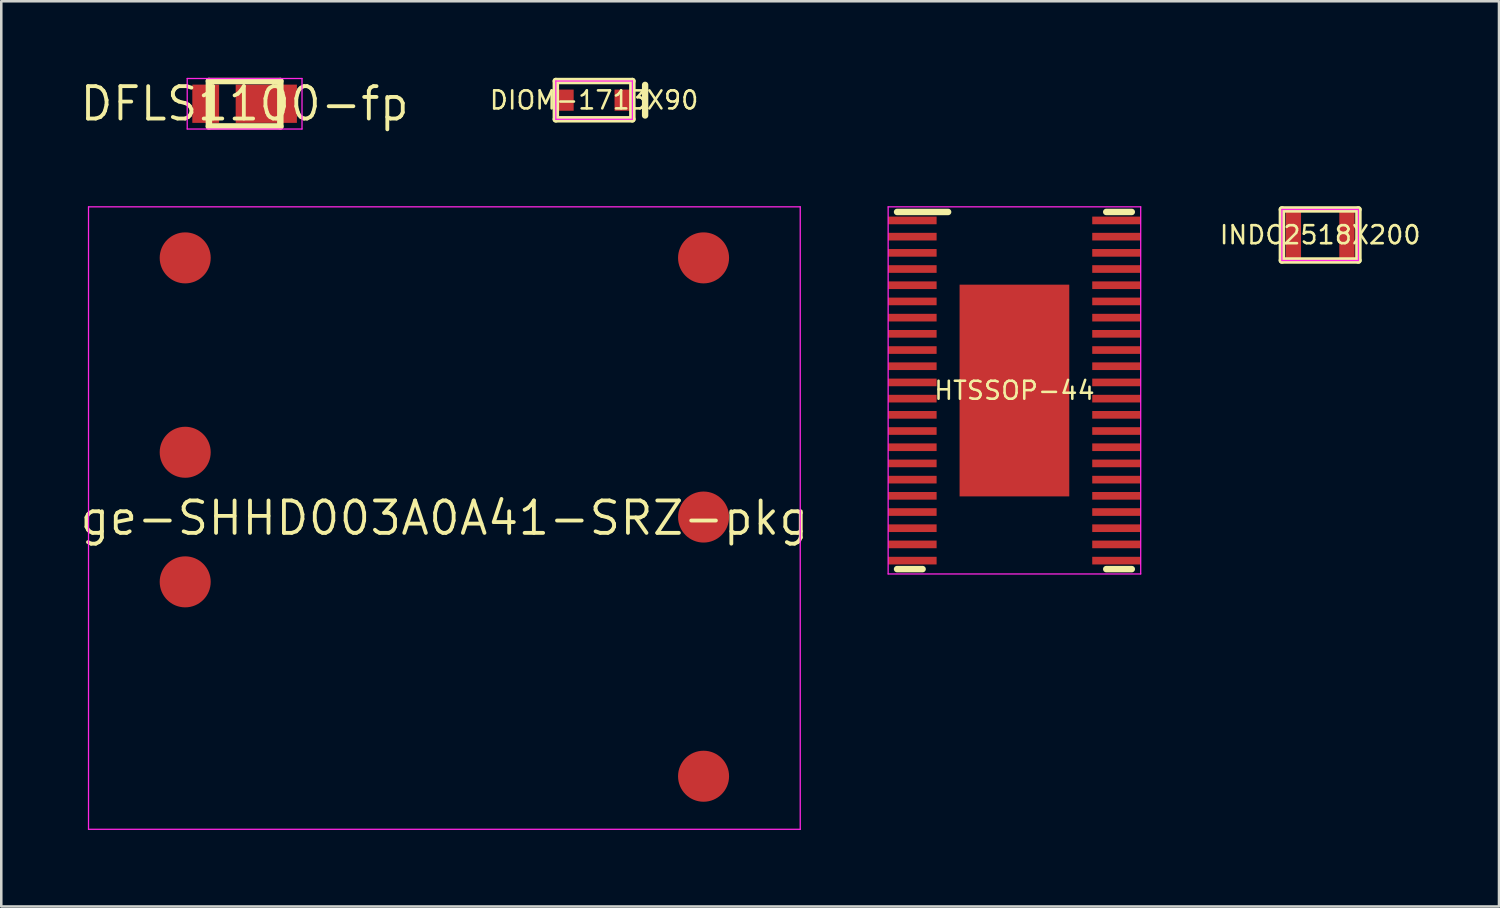
<source format=kicad_pcb>
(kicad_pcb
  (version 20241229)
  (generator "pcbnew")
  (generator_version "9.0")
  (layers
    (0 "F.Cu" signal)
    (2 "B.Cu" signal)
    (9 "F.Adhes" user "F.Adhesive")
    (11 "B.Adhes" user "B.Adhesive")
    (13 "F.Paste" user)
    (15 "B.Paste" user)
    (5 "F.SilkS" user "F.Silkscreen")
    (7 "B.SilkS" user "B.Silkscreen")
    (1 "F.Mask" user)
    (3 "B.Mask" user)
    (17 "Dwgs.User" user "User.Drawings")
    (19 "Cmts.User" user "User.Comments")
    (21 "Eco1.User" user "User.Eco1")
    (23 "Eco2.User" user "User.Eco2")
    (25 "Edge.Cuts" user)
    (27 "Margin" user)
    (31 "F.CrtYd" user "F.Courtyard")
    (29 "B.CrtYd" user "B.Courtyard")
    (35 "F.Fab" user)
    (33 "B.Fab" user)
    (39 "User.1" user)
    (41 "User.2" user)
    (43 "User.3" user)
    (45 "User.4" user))
  (footprint "DIOM-1713X90"
    (layer "F.Cu")
    (at 20.239 0.877)
    (property "Reference" "DIOM-1713X90" (at 0 0 0) (layer "F.SilkS") (effects (font (size 0.706 0.706) (thickness 0.1))))
    (attr through_hole)
    (fp_line (start -1.5 -0.75) (end -1.5 0.75) (stroke (width 0.254) (type solid)) (layer "F.SilkS"))
    (fp_line (start -1.5 0.75) (end 1.5 0.75) (stroke (width 0.254) (type solid)) (layer "F.SilkS"))
    (fp_line (start 1.5 -0.75) (end -1.5 -0.75) (stroke (width 0.254) (type solid)) (layer "F.SilkS"))
    (fp_line (start 1.5 0.75) (end 1.5 -0.75) (stroke (width 0.254) (type solid)) (layer "F.SilkS"))
    (fp_line (start 2 0.6) (end 2 -0.6) (stroke (width 0.25) (type solid)) (layer "F.SilkS"))
    (fp_line (start -1.5 -0.75) (end -1.5 0.75) (stroke (width 0.05) (type solid)) (layer "F.CrtYd"))
    (fp_line (start -1.5 0.75) (end 1.5 0.75) (stroke (width 0.05) (type solid)) (layer "F.CrtYd"))
    (fp_line (start 1.5 -0.75) (end -1.5 -0.75) (stroke (width 0.05) (type solid)) (layer "F.CrtYd"))
    (fp_line (start 1.5 0.75) (end 1.5 -0.75) (stroke (width 0.05) (type solid)) (layer "F.CrtYd"))
    (pad "1" smd rect (at -1.113 0) (size 0.625 0.83) (layers "F.Cu" "F.Mask" "F.Paste"))
    (pad "2" smd rect (at 1.113 0) (size 0.625 0.83) (layers "F.Cu" "F.Mask" "F.Paste")))
  (footprint "ge-SHHD003A0A41-SRZ-pkg"
    (layer "F.Cu")
    (at 14.37 17.259)
    (property "Reference" "ge-SHHD003A0A41-SRZ-pkg" (at 0 0 0) (layer "F.SilkS") (effects (font (size 1.27 1.27) (thickness 0.15))))
    (attr through_hole)
    (fp_line (start -13.95 -12.2) (end -13.95 12.2) (stroke (width 0.05) (type solid)) (layer "F.CrtYd"))
    (fp_line (start -13.95 12.2) (end 13.95 12.2) (stroke (width 0.05) (type solid)) (layer "F.CrtYd"))
    (fp_line (start 13.95 -12.2) (end -13.95 -12.2) (stroke (width 0.05) (type solid)) (layer "F.CrtYd"))
    (fp_line (start 13.95 12.2) (end 13.95 -12.2) (stroke (width 0.05) (type solid)) (layer "F.CrtYd"))
    (pad "1" smd circle (at -10.16 2.5) (size 2 2) (layers "F.Cu" "F.Mask" "F.Paste"))
    (pad "2" smd circle (at -10.16 -2.58) (size 2 2) (layers "F.Cu" "F.Mask" "F.Paste"))
    (pad "3" smd circle (at -10.16 -10.2) (size 2 2) (layers "F.Cu" "F.Mask" "F.Paste"))
    (pad "4" smd circle (at 10.16 -10.2) (size 2 2) (layers "F.Cu" "F.Mask" "F.Paste"))
    (pad "5" smd circle (at 10.16 -0.04) (size 2 2) (layers "F.Cu" "F.Mask" "F.Paste"))
    (pad "6" smd circle (at 10.16 10.12) (size 2 2) (layers "F.Cu" "F.Mask" "F.Paste")))
  (footprint "INDC2518X200"
    (layer "F.Cu")
    (at 48.701 6.161)
    (property "Reference" "INDC2518X200" (at 0 0 0) (layer "F.SilkS") (effects (font (size 0.706 0.706) (thickness 0.1))))
    (attr through_hole)
    (fp_line (start -1.5 -1) (end -1.5 1) (stroke (width 0.254) (type solid)) (layer "F.SilkS"))
    (fp_line (start -1.5 1) (end 1.5 1) (stroke (width 0.254) (type solid)) (layer "F.SilkS"))
    (fp_line (start 1.5 -1) (end -1.5 -1) (stroke (width 0.254) (type solid)) (layer "F.SilkS"))
    (fp_line (start 1.5 1) (end 1.5 -1) (stroke (width 0.254) (type solid)) (layer "F.SilkS"))
    (fp_line (start -1.5 -1) (end -1.5 1) (stroke (width 0.05) (type solid)) (layer "F.CrtYd"))
    (fp_line (start -1.5 1) (end 1.5 1) (stroke (width 0.05) (type solid)) (layer "F.CrtYd"))
    (fp_line (start 1.5 -1) (end -1.5 -1) (stroke (width 0.05) (type solid)) (layer "F.CrtYd"))
    (fp_line (start 1.5 1) (end 1.5 -1) (stroke (width 0.05) (type solid)) (layer "F.CrtYd"))
    (pad "1" smd rect (at -1.05 0) (size 0.6 2) (layers "F.Cu" "F.Mask" "F.Paste"))
    (pad "2" smd rect (at 1.05 0) (size 0.6 2) (layers "F.Cu" "F.Mask" "F.Paste")))
  (footprint "HTSSOP-44"
    (layer "F.Cu")
    (at 36.716 12.259)
    (property "Reference" "HTSSOP-44" (at 0 0 0) (layer "F.SilkS") (effects (font (size 0.706 0.706) (thickness 0.1))))
    (attr through_hole)
    (fp_line (start -4.6 7) (end -3.6 7) (stroke (width 0.254) (type solid)) (layer "F.SilkS"))
    (fp_line (start -2.6 -7) (end -4.6 -7) (stroke (width 0.254) (type solid)) (layer "F.SilkS"))
    (fp_line (start 3.6 -7) (end 4.6 -7) (stroke (width 0.254) (type solid)) (layer "F.SilkS"))
    (fp_line (start 3.6 7) (end 4.6 7) (stroke (width 0.254) (type solid)) (layer "F.SilkS"))
    (fp_line (start -4.95 -7.2) (end -4.95 7.19) (stroke (width 0.05) (type solid)) (layer "F.CrtYd"))
    (fp_line (start -4.95 7.19) (end 4.95 7.19) (stroke (width 0.05) (type solid)) (layer "F.CrtYd"))
    (fp_line (start 4.95 -7.2) (end -4.95 -7.2) (stroke (width 0.05) (type solid)) (layer "F.CrtYd"))
    (fp_line (start 4.95 7.19) (end 4.95 -7.2) (stroke (width 0.05) (type solid)) (layer "F.CrtYd"))
    (pad "1" smd rect (at -4 -6.668 270) (size 0.3 1.9) (layers "F.Cu" "F.Mask" "F.Paste"))
    (pad "2" smd rect (at -4 -6.032 270) (size 0.3 1.9) (layers "F.Cu" "F.Mask" "F.Paste"))
    (pad "3" smd rect (at -4 -5.397 270) (size 0.3 1.9) (layers "F.Cu" "F.Mask" "F.Paste"))
    (pad "4" smd rect (at -4 -4.763 270) (size 0.3 1.9) (layers "F.Cu" "F.Mask" "F.Paste"))
    (pad "5" smd rect (at -4 -4.128 270) (size 0.3 1.9) (layers "F.Cu" "F.Mask" "F.Paste"))
    (pad "6" smd rect (at -4 -3.493 270) (size 0.3 1.9) (layers "F.Cu" "F.Mask" "F.Paste"))
    (pad "7" smd rect (at -4 -2.857 270) (size 0.3 1.9) (layers "F.Cu" "F.Mask" "F.Paste"))
    (pad "8" smd rect (at -4 -2.223 270) (size 0.3 1.9) (layers "F.Cu" "F.Mask" "F.Paste"))
    (pad "9" smd rect (at -4 -1.587 270) (size 0.3 1.9) (layers "F.Cu" "F.Mask" "F.Paste"))
    (pad "10" smd rect (at -4 -0.953 270) (size 0.3 1.9) (layers "F.Cu" "F.Mask" "F.Paste"))
    (pad "11" smd rect (at -4 -0.318 270) (size 0.3 1.9) (layers "F.Cu" "F.Mask" "F.Paste"))
    (pad "12" smd rect (at -4 0.318 270) (size 0.3 1.9) (layers "F.Cu" "F.Mask" "F.Paste"))
    (pad "13" smd rect (at -4 0.953 270) (size 0.3 1.9) (layers "F.Cu" "F.Mask" "F.Paste"))
    (pad "14" smd rect (at -4 1.587 270) (size 0.3 1.9) (layers "F.Cu" "F.Mask" "F.Paste"))
    (pad "15" smd rect (at -4 2.223 270) (size 0.3 1.9) (layers "F.Cu" "F.Mask" "F.Paste"))
    (pad "16" smd rect (at -4 2.857 270) (size 0.3 1.9) (layers "F.Cu" "F.Mask" "F.Paste"))
    (pad "17" smd rect (at -4 3.493 270) (size 0.3 1.9) (layers "F.Cu" "F.Mask" "F.Paste"))
    (pad "18" smd rect (at -4 4.128 270) (size 0.3 1.9) (layers "F.Cu" "F.Mask" "F.Paste"))
    (pad "19" smd rect (at -4 4.763 270) (size 0.3 1.9) (layers "F.Cu" "F.Mask" "F.Paste"))
    (pad "20" smd rect (at -4 5.397 270) (size 0.3 1.9) (layers "F.Cu" "F.Mask" "F.Paste"))
    (pad "21" smd rect (at -4 6.032 270) (size 0.3 1.9) (layers "F.Cu" "F.Mask" "F.Paste"))
    (pad "22" smd rect (at -4 6.668 270) (size 0.3 1.9) (layers "F.Cu" "F.Mask" "F.Paste"))
    (pad "23" smd rect (at 4 6.668 90) (size 0.3 1.9) (layers "F.Cu" "F.Mask" "F.Paste"))
    (pad "24" smd rect (at 4 6.032 90) (size 0.3 1.9) (layers "F.Cu" "F.Mask" "F.Paste"))
    (pad "25" smd rect (at 4 5.397 90) (size 0.3 1.9) (layers "F.Cu" "F.Mask" "F.Paste"))
    (pad "26" smd rect (at 4 4.763 90) (size 0.3 1.9) (layers "F.Cu" "F.Mask" "F.Paste"))
    (pad "27" smd rect (at 4 4.128 90) (size 0.3 1.9) (layers "F.Cu" "F.Mask" "F.Paste"))
    (pad "28" smd rect (at 4 3.493 90) (size 0.3 1.9) (layers "F.Cu" "F.Mask" "F.Paste"))
    (pad "29" smd rect (at 4 2.857 90) (size 0.3 1.9) (layers "F.Cu" "F.Mask" "F.Paste"))
    (pad "30" smd rect (at 4 2.223 90) (size 0.3 1.9) (layers "F.Cu" "F.Mask" "F.Paste"))
    (pad "31" smd rect (at 4 1.587 90) (size 0.3 1.9) (layers "F.Cu" "F.Mask" "F.Paste"))
    (pad "32" smd rect (at 4 0.953 90) (size 0.3 1.9) (layers "F.Cu" "F.Mask" "F.Paste"))
    (pad "33" smd rect (at 4 0.318 90) (size 0.3 1.9) (layers "F.Cu" "F.Mask" "F.Paste"))
    (pad "34" smd rect (at 4 -0.318 90) (size 0.3 1.9) (layers "F.Cu" "F.Mask" "F.Paste"))
    (pad "35" smd rect (at 4 -0.953 90) (size 0.3 1.9) (layers "F.Cu" "F.Mask" "F.Paste"))
    (pad "36" smd rect (at 4 -1.587 90) (size 0.3 1.9) (layers "F.Cu" "F.Mask" "F.Paste"))
    (pad "37" smd rect (at 4 -2.223 90) (size 0.3 1.9) (layers "F.Cu" "F.Mask" "F.Paste"))
    (pad "38" smd rect (at 4 -2.857 90) (size 0.3 1.9) (layers "F.Cu" "F.Mask" "F.Paste"))
    (pad "39" smd rect (at 4 -3.493 90) (size 0.3 1.9) (layers "F.Cu" "F.Mask" "F.Paste"))
    (pad "40" smd rect (at 4 -4.128 90) (size 0.3 1.9) (layers "F.Cu" "F.Mask" "F.Paste"))
    (pad "41" smd rect (at 4 -4.763 90) (size 0.3 1.9) (layers "F.Cu" "F.Mask" "F.Paste"))
    (pad "42" smd rect (at 4 -5.397 90) (size 0.3 1.9) (layers "F.Cu" "F.Mask" "F.Paste"))
    (pad "43" smd rect (at 4 -6.032 90) (size 0.3 1.9) (layers "F.Cu" "F.Mask" "F.Paste"))
    (pad "44" smd rect (at 4 -6.668 90) (size 0.3 1.9) (layers "F.Cu" "F.Mask" "F.Paste"))
    (pad "45" smd rect (at 0 0) (size 4.3 8.3) (layers "F.Cu" "F.Mask" "F.Paste")))
  (footprint "DFLS1100-fp"
    (layer "F.Cu")
    (at 6.539 1.017)
    (property "Reference" "DFLS1100-fp" (at 0 0 0) (layer "F.SilkS") (effects (font (size 1.27 1.27) (thickness 0.15))))
    (attr through_hole)
    (fp_line (start -1.4 -0.89) (end -1.4 0.89) (stroke (width 0.254) (type solid)) (layer "F.SilkS"))
    (fp_line (start -1.4 0.89) (end 1.4 0.89) (stroke (width 0.254) (type solid)) (layer "F.SilkS"))
    (fp_line (start 1.4 -0.89) (end -1.4 -0.89) (stroke (width 0.254) (type solid)) (layer "F.SilkS"))
    (fp_line (start 1.4 0.89) (end 1.4 -0.89) (stroke (width 0.254) (type solid)) (layer "F.SilkS"))
    (fp_line (start -2.25 -0.99) (end -2.25 0.99) (stroke (width 0.05) (type solid)) (layer "F.CrtYd"))
    (fp_line (start -2.25 0.99) (end 2.25 0.99) (stroke (width 0.05) (type solid)) (layer "F.CrtYd"))
    (fp_line (start 2.25 -0.99) (end -2.25 -0.99) (stroke (width 0.05) (type solid)) (layer "F.CrtYd"))
    (fp_line (start 2.25 0.99) (end 2.25 -0.99) (stroke (width 0.05) (type solid)) (layer "F.CrtYd"))
    (pad "1" smd rect (at 0.85 0) (size 2.4 1.5) (layers "F.Cu" "F.Mask" "F.Paste"))
    (pad "2" smd rect (at -1.525 0) (size 1.05 1.5) (layers "F.Cu" "F.Mask" "F.Paste")))
  (gr_rect
    (start -3 -3)
    (end 55.712 32.484)
    (stroke (width 0.1) (type default))
    (fill no)
    (layer "Edge.Cuts")))
</source>
